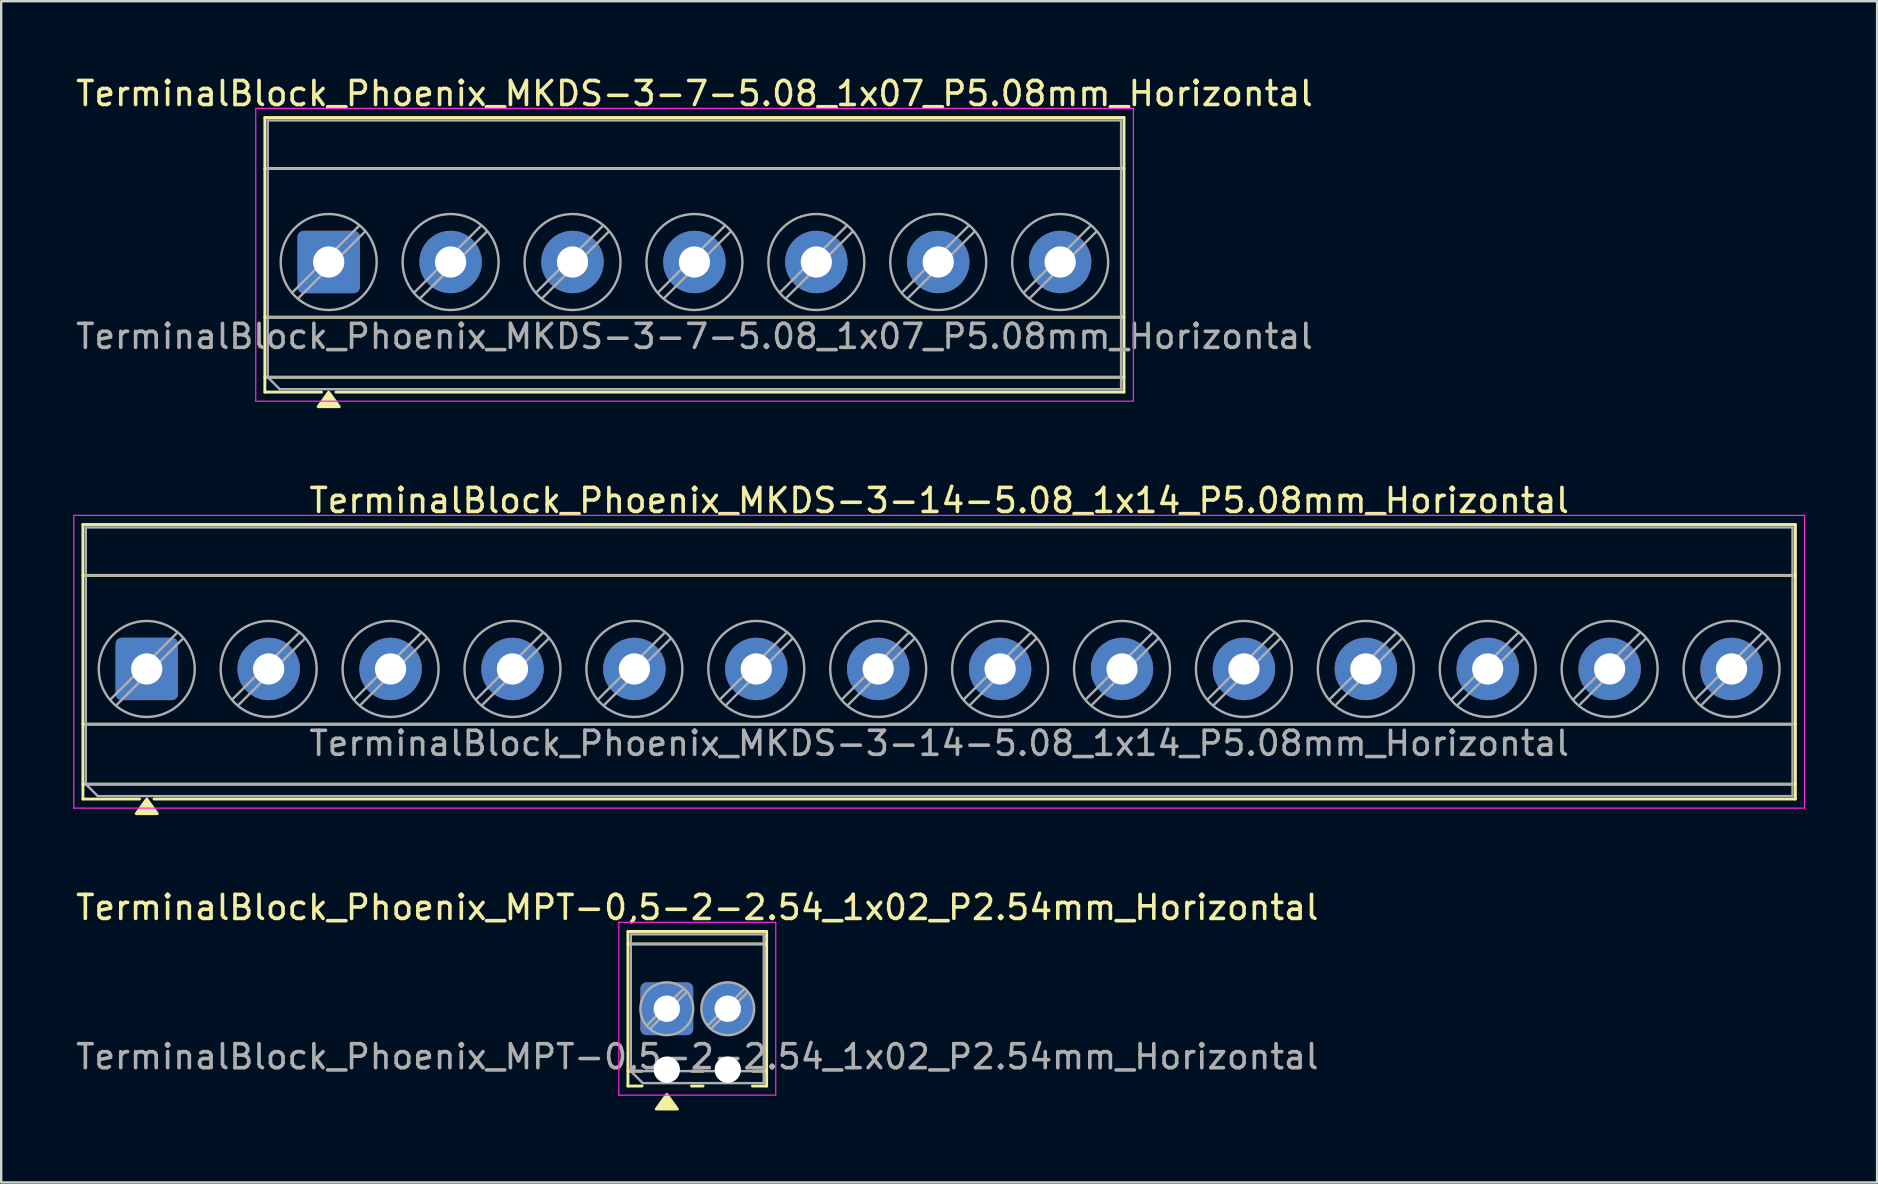
<source format=kicad_pcb>
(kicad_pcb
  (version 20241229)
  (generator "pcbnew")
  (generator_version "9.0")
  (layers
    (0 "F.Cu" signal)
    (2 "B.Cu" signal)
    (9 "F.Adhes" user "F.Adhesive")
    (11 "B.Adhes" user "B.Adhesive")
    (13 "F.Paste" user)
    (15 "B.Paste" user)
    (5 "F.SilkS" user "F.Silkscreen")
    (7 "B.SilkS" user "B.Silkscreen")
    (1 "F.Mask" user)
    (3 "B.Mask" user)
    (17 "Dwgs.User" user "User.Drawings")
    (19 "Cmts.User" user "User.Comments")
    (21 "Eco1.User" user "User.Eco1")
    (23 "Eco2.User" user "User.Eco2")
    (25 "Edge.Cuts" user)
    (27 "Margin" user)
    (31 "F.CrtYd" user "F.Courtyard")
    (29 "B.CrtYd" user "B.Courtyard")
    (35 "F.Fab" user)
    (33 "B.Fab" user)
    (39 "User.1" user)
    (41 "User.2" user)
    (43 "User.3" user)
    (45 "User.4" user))
  (footprint "TerminalBlock_Phoenix_MKDS-3-7-5.08_1x07_P5.08mm_Horizontal"
    (layer "F.Cu")
    (at 10.647 7.868)
    (property "Reference" "TerminalBlock_Phoenix_MKDS-3-7-5.08_1x07_P5.08mm_Horizontal" (at 15.24 -7.02 0) (layer "F.SilkS") (effects (font (size 1 1) (thickness 0.15))))
    (attr through_hole)
    (fp_line (start -2.66 -6.02) (end -2.66 5.42) (stroke (width 0.12) (type solid)) (layer "F.SilkS"))
    (fp_line (start -2.66 -6.02) (end 33.14 -6.02) (stroke (width 0.12) (type solid)) (layer "F.SilkS"))
    (fp_line (start -2.66 -3.9) (end 33.14 -3.9) (stroke (width 0.12) (type solid)) (layer "F.SilkS"))
    (fp_line (start -2.66 2.3) (end 33.14 2.3) (stroke (width 0.12) (type solid)) (layer "F.SilkS"))
    (fp_line (start -2.66 4.8) (end 33.14 4.8) (stroke (width 0.12) (type solid)) (layer "F.SilkS"))
    (fp_line (start -2.66 5.42) (end -0.3 5.42) (stroke (width 0.12) (type solid)) (layer "F.SilkS"))
    (fp_line (start 0.3 5.42) (end 33.14 5.42) (stroke (width 0.12) (type solid)) (layer "F.SilkS"))
    (fp_line (start 33.14 -6.02) (end 33.14 5.42) (stroke (width 0.12) (type solid)) (layer "F.SilkS"))
    (fp_poly (pts (xy 0 5.42) (xy 0.44 6.03) (xy -0.44 6.03)) (stroke (width 0.12) (type solid)) (fill yes) (layer "F.SilkS"))
    (fp_line (start -3.04 -6.4) (end -3.04 5.8) (stroke (width 0.05) (type solid)) (layer "F.CrtYd"))
    (fp_line (start -3.04 5.8) (end 33.53 5.8) (stroke (width 0.05) (type solid)) (layer "F.CrtYd"))
    (fp_line (start 33.53 -6.4) (end -3.04 -6.4) (stroke (width 0.05) (type solid)) (layer "F.CrtYd"))
    (fp_line (start 33.53 5.8) (end 33.53 -6.4) (stroke (width 0.05) (type solid)) (layer "F.CrtYd"))
    (fp_line (start -2.54 -5.9) (end 33.02 -5.9) (stroke (width 0.1) (type solid)) (layer "F.Fab"))
    (fp_line (start -2.54 -3.9) (end 33.02 -3.9) (stroke (width 0.1) (type solid)) (layer "F.Fab"))
    (fp_line (start -2.54 2.3) (end 33.02 2.3) (stroke (width 0.1) (type solid)) (layer "F.Fab"))
    (fp_line (start -2.54 4.8) (end -2.54 -5.9) (stroke (width 0.1) (type solid)) (layer "F.Fab"))
    (fp_line (start -2.54 4.8) (end 33.02 4.8) (stroke (width 0.1) (type solid)) (layer "F.Fab"))
    (fp_line (start -2.04 5.3) (end -2.54 4.8) (stroke (width 0.1) (type solid)) (layer "F.Fab"))
    (fp_line (start 1.273 -1.517) (end -1.517 1.273) (stroke (width 0.1) (type solid)) (layer "F.Fab"))
    (fp_line (start 1.517 -1.273) (end -1.273 1.517) (stroke (width 0.1) (type solid)) (layer "F.Fab"))
    (fp_line (start 6.353 -1.517) (end 3.563 1.273) (stroke (width 0.1) (type solid)) (layer "F.Fab"))
    (fp_line (start 6.597 -1.273) (end 3.807 1.517) (stroke (width 0.1) (type solid)) (layer "F.Fab"))
    (fp_line (start 11.433 -1.517) (end 8.643 1.273) (stroke (width 0.1) (type solid)) (layer "F.Fab"))
    (fp_line (start 11.677 -1.273) (end 8.887 1.517) (stroke (width 0.1) (type solid)) (layer "F.Fab"))
    (fp_line (start 16.513 -1.517) (end 13.723 1.273) (stroke (width 0.1) (type solid)) (layer "F.Fab"))
    (fp_line (start 16.757 -1.273) (end 13.967 1.517) (stroke (width 0.1) (type solid)) (layer "F.Fab"))
    (fp_line (start 21.593 -1.517) (end 18.803 1.273) (stroke (width 0.1) (type solid)) (layer "F.Fab"))
    (fp_line (start 21.837 -1.273) (end 19.047 1.517) (stroke (width 0.1) (type solid)) (layer "F.Fab"))
    (fp_line (start 26.673 -1.517) (end 23.883 1.273) (stroke (width 0.1) (type solid)) (layer "F.Fab"))
    (fp_line (start 26.917 -1.273) (end 24.127 1.517) (stroke (width 0.1) (type solid)) (layer "F.Fab"))
    (fp_line (start 31.753 -1.517) (end 28.963 1.273) (stroke (width 0.1) (type solid)) (layer "F.Fab"))
    (fp_line (start 31.997 -1.273) (end 29.207 1.517) (stroke (width 0.1) (type solid)) (layer "F.Fab"))
    (fp_line (start 33.02 -5.9) (end 33.02 5.3) (stroke (width 0.1) (type solid)) (layer "F.Fab"))
    (fp_line (start 33.02 5.3) (end -2.04 5.3) (stroke (width 0.1) (type solid)) (layer "F.Fab"))
    (fp_circle (center 0 0) (end 2 0) (stroke (width 0.1) (type solid)) (fill no) (layer "F.Fab"))
    (fp_circle (center 5.08 0) (end 7.08 0) (stroke (width 0.1) (type solid)) (fill no) (layer "F.Fab"))
    (fp_circle (center 10.16 0) (end 12.16 0) (stroke (width 0.1) (type solid)) (fill no) (layer "F.Fab"))
    (fp_circle (center 15.24 0) (end 17.24 0) (stroke (width 0.1) (type solid)) (fill no) (layer "F.Fab"))
    (fp_circle (center 20.32 0) (end 22.32 0) (stroke (width 0.1) (type solid)) (fill no) (layer "F.Fab"))
    (fp_circle (center 25.4 0) (end 27.4 0) (stroke (width 0.1) (type solid)) (fill no) (layer "F.Fab"))
    (fp_circle (center 30.48 0) (end 32.48 0) (stroke (width 0.1) (type solid)) (fill no) (layer "F.Fab"))
    (fp_text user "${REFERENCE}" (at 15.24 3.1 0) (layer "F.Fab") (effects (font (size 1 1) (thickness 0.15))))
    (pad "1" thru_hole roundrect (at 0 0) (size 2.6 2.6) (drill 1.3) (layers "*.Cu" "*.Mask") (roundrect_rratio 0.096))
    (pad "2" thru_hole circle (at 5.08 0) (size 2.6 2.6) (drill 1.3) (layers "*.Cu" "*.Mask"))
    (pad "3" thru_hole circle (at 10.16 0) (size 2.6 2.6) (drill 1.3) (layers "*.Cu" "*.Mask"))
    (pad "4" thru_hole circle (at 15.24 0) (size 2.6 2.6) (drill 1.3) (layers "*.Cu" "*.Mask"))
    (pad "5" thru_hole circle (at 20.32 0) (size 2.6 2.6) (drill 1.3) (layers "*.Cu" "*.Mask"))
    (pad "6" thru_hole circle (at 25.4 0) (size 2.6 2.6) (drill 1.3) (layers "*.Cu" "*.Mask"))
    (pad "7" thru_hole circle (at 30.48 0) (size 2.6 2.6) (drill 1.3) (layers "*.Cu" "*.Mask")))
  (footprint "TerminalBlock_Phoenix_MPT-0,5-2-2.54_1x02_P2.54mm_Horizontal"
    (layer "F.Cu")
    (at 24.736 38.985)
    (property "Reference" "TerminalBlock_Phoenix_MPT-0,5-2-2.54_1x02_P2.54mm_Horizontal" (at 1.27 -4.22 0) (layer "F.SilkS") (effects (font (size 1 1) (thickness 0.15))))
    (attr through_hole)
    (fp_line (start -1.62 -3.22) (end -1.62 3.22) (stroke (width 0.12) (type solid)) (layer "F.SilkS"))
    (fp_line (start -1.62 -3.22) (end 4.16 -3.22) (stroke (width 0.12) (type solid)) (layer "F.SilkS"))
    (fp_line (start -1.62 -2.7) (end 4.16 -2.7) (stroke (width 0.12) (type solid)) (layer "F.SilkS"))
    (fp_line (start -1.62 2.6) (end -1.03 2.6) (stroke (width 0.12) (type solid)) (layer "F.SilkS"))
    (fp_line (start -1.62 3.22) (end -1.03 3.22) (stroke (width 0.12) (type solid)) (layer "F.SilkS"))
    (fp_line (start 1.03 2.6) (end 1.51 2.6) (stroke (width 0.12) (type solid)) (layer "F.SilkS"))
    (fp_line (start 1.03 3.22) (end 1.51 3.22) (stroke (width 0.12) (type solid)) (layer "F.SilkS"))
    (fp_line (start 3.57 2.6) (end 4.16 2.6) (stroke (width 0.12) (type solid)) (layer "F.SilkS"))
    (fp_line (start 3.57 3.22) (end 4.16 3.22) (stroke (width 0.12) (type solid)) (layer "F.SilkS"))
    (fp_line (start 4.16 -3.22) (end 4.16 3.22) (stroke (width 0.12) (type solid)) (layer "F.SilkS"))
    (fp_poly (pts (xy 0 3.57) (xy 0.44 4.18) (xy -0.44 4.18)) (stroke (width 0.12) (type solid)) (fill yes) (layer "F.SilkS"))
    (fp_line (start -2 -3.6) (end -2 3.6) (stroke (width 0.05) (type solid)) (layer "F.CrtYd"))
    (fp_line (start -2 3.6) (end 4.54 3.6) (stroke (width 0.05) (type solid)) (layer "F.CrtYd"))
    (fp_line (start 4.54 -3.6) (end -2 -3.6) (stroke (width 0.05) (type solid)) (layer "F.CrtYd"))
    (fp_line (start 4.54 3.6) (end 4.54 -3.6) (stroke (width 0.05) (type solid)) (layer "F.CrtYd"))
    (fp_line (start -1.5 -3.1) (end 4.04 -3.1) (stroke (width 0.1) (type solid)) (layer "F.Fab"))
    (fp_line (start -1.5 -2.7) (end 4.04 -2.7) (stroke (width 0.1) (type solid)) (layer "F.Fab"))
    (fp_line (start -1.5 2.6) (end -1.5 -3.1) (stroke (width 0.1) (type solid)) (layer "F.Fab"))
    (fp_line (start -1.5 2.6) (end 4.04 2.6) (stroke (width 0.1) (type solid)) (layer "F.Fab"))
    (fp_line (start -1 3.1) (end -1.5 2.6) (stroke (width 0.1) (type solid)) (layer "F.Fab"))
    (fp_line (start 0.7 -0.834) (end -0.834 0.7) (stroke (width 0.1) (type solid)) (layer "F.Fab"))
    (fp_line (start 0.834 -0.7) (end -0.7 0.834) (stroke (width 0.1) (type solid)) (layer "F.Fab"))
    (fp_line (start 3.24 -0.834) (end 1.706 0.7) (stroke (width 0.1) (type solid)) (layer "F.Fab"))
    (fp_line (start 3.374 -0.7) (end 1.84 0.834) (stroke (width 0.1) (type solid)) (layer "F.Fab"))
    (fp_line (start 4.04 -3.1) (end 4.04 3.1) (stroke (width 0.1) (type solid)) (layer "F.Fab"))
    (fp_line (start 4.04 3.1) (end -1 3.1) (stroke (width 0.1) (type solid)) (layer "F.Fab"))
    (fp_circle (center 0 0) (end 1.1 0) (stroke (width 0.1) (type solid)) (fill no) (layer "F.Fab"))
    (fp_circle (center 2.54 0) (end 3.64 0) (stroke (width 0.1) (type solid)) (fill no) (layer "F.Fab"))
    (fp_text user "${REFERENCE}" (at 1.27 2 0) (layer "F.Fab") (effects (font (size 1 1) (thickness 0.15))))
    (pad "" np_thru_hole circle (at 0 2.54) (size 1.1 1.1) (drill 1.1) (layers "*.Cu" "*.Mask"))
    (pad "" np_thru_hole circle (at 2.54 2.54) (size 1.1 1.1) (drill 1.1) (layers "*.Cu" "*.Mask"))
    (pad "1" thru_hole roundrect (at 0 0) (size 2.2 2.2) (drill 1.1) (layers "*.Cu" "*.Mask") (roundrect_rratio 0.114))
    (pad "2" thru_hole circle (at 2.54 0) (size 2.2 2.2) (drill 1.1) (layers "*.Cu" "*.Mask")))
  (footprint "TerminalBlock_Phoenix_MKDS-3-14-5.08_1x14_P5.08mm_Horizontal"
    (layer "F.Cu")
    (at 3.065 24.826)
    (property "Reference" "TerminalBlock_Phoenix_MKDS-3-14-5.08_1x14_P5.08mm_Horizontal" (at 33.02 -7.02 0) (layer "F.SilkS") (effects (font (size 1 1) (thickness 0.15))))
    (attr through_hole)
    (fp_line (start -2.66 -6.02) (end -2.66 5.42) (stroke (width 0.12) (type solid)) (layer "F.SilkS"))
    (fp_line (start -2.66 -6.02) (end 68.7 -6.02) (stroke (width 0.12) (type solid)) (layer "F.SilkS"))
    (fp_line (start -2.66 -3.9) (end 68.7 -3.9) (stroke (width 0.12) (type solid)) (layer "F.SilkS"))
    (fp_line (start -2.66 2.3) (end 68.7 2.3) (stroke (width 0.12) (type solid)) (layer "F.SilkS"))
    (fp_line (start -2.66 4.8) (end 68.7 4.8) (stroke (width 0.12) (type solid)) (layer "F.SilkS"))
    (fp_line (start -2.66 5.42) (end -0.3 5.42) (stroke (width 0.12) (type solid)) (layer "F.SilkS"))
    (fp_line (start 0.3 5.42) (end 68.7 5.42) (stroke (width 0.12) (type solid)) (layer "F.SilkS"))
    (fp_line (start 68.7 -6.02) (end 68.7 5.42) (stroke (width 0.12) (type solid)) (layer "F.SilkS"))
    (fp_poly (pts (xy 0 5.42) (xy 0.44 6.03) (xy -0.44 6.03)) (stroke (width 0.12) (type solid)) (fill yes) (layer "F.SilkS"))
    (fp_line (start -3.04 -6.4) (end -3.04 5.8) (stroke (width 0.05) (type solid)) (layer "F.CrtYd"))
    (fp_line (start -3.04 5.8) (end 69.08 5.8) (stroke (width 0.05) (type solid)) (layer "F.CrtYd"))
    (fp_line (start 69.08 -6.4) (end -3.04 -6.4) (stroke (width 0.05) (type solid)) (layer "F.CrtYd"))
    (fp_line (start 69.08 5.8) (end 69.08 -6.4) (stroke (width 0.05) (type solid)) (layer "F.CrtYd"))
    (fp_line (start -2.54 -5.9) (end 68.58 -5.9) (stroke (width 0.1) (type solid)) (layer "F.Fab"))
    (fp_line (start -2.54 -3.9) (end 68.58 -3.9) (stroke (width 0.1) (type solid)) (layer "F.Fab"))
    (fp_line (start -2.54 2.3) (end 68.58 2.3) (stroke (width 0.1) (type solid)) (layer "F.Fab"))
    (fp_line (start -2.54 4.8) (end -2.54 -5.9) (stroke (width 0.1) (type solid)) (layer "F.Fab"))
    (fp_line (start -2.54 4.8) (end 68.58 4.8) (stroke (width 0.1) (type solid)) (layer "F.Fab"))
    (fp_line (start -2.04 5.3) (end -2.54 4.8) (stroke (width 0.1) (type solid)) (layer "F.Fab"))
    (fp_line (start 1.273 -1.517) (end -1.517 1.273) (stroke (width 0.1) (type solid)) (layer "F.Fab"))
    (fp_line (start 1.517 -1.273) (end -1.273 1.517) (stroke (width 0.1) (type solid)) (layer "F.Fab"))
    (fp_line (start 6.353 -1.517) (end 3.563 1.273) (stroke (width 0.1) (type solid)) (layer "F.Fab"))
    (fp_line (start 6.597 -1.273) (end 3.807 1.517) (stroke (width 0.1) (type solid)) (layer "F.Fab"))
    (fp_line (start 11.433 -1.517) (end 8.643 1.273) (stroke (width 0.1) (type solid)) (layer "F.Fab"))
    (fp_line (start 11.677 -1.273) (end 8.887 1.517) (stroke (width 0.1) (type solid)) (layer "F.Fab"))
    (fp_line (start 16.513 -1.517) (end 13.723 1.273) (stroke (width 0.1) (type solid)) (layer "F.Fab"))
    (fp_line (start 16.757 -1.273) (end 13.967 1.517) (stroke (width 0.1) (type solid)) (layer "F.Fab"))
    (fp_line (start 21.593 -1.517) (end 18.803 1.273) (stroke (width 0.1) (type solid)) (layer "F.Fab"))
    (fp_line (start 21.837 -1.273) (end 19.047 1.517) (stroke (width 0.1) (type solid)) (layer "F.Fab"))
    (fp_line (start 26.673 -1.517) (end 23.883 1.273) (stroke (width 0.1) (type solid)) (layer "F.Fab"))
    (fp_line (start 26.917 -1.273) (end 24.127 1.517) (stroke (width 0.1) (type solid)) (layer "F.Fab"))
    (fp_line (start 31.753 -1.517) (end 28.963 1.273) (stroke (width 0.1) (type solid)) (layer "F.Fab"))
    (fp_line (start 31.997 -1.273) (end 29.207 1.517) (stroke (width 0.1) (type solid)) (layer "F.Fab"))
    (fp_line (start 36.833 -1.517) (end 34.043 1.273) (stroke (width 0.1) (type solid)) (layer "F.Fab"))
    (fp_line (start 37.077 -1.273) (end 34.287 1.517) (stroke (width 0.1) (type solid)) (layer "F.Fab"))
    (fp_line (start 41.913 -1.517) (end 39.123 1.273) (stroke (width 0.1) (type solid)) (layer "F.Fab"))
    (fp_line (start 42.157 -1.273) (end 39.367 1.517) (stroke (width 0.1) (type solid)) (layer "F.Fab"))
    (fp_line (start 46.993 -1.517) (end 44.203 1.273) (stroke (width 0.1) (type solid)) (layer "F.Fab"))
    (fp_line (start 47.237 -1.273) (end 44.447 1.517) (stroke (width 0.1) (type solid)) (layer "F.Fab"))
    (fp_line (start 52.073 -1.517) (end 49.283 1.273) (stroke (width 0.1) (type solid)) (layer "F.Fab"))
    (fp_line (start 52.317 -1.273) (end 49.527 1.517) (stroke (width 0.1) (type solid)) (layer "F.Fab"))
    (fp_line (start 57.153 -1.517) (end 54.363 1.273) (stroke (width 0.1) (type solid)) (layer "F.Fab"))
    (fp_line (start 57.397 -1.273) (end 54.607 1.517) (stroke (width 0.1) (type solid)) (layer "F.Fab"))
    (fp_line (start 62.233 -1.517) (end 59.443 1.273) (stroke (width 0.1) (type solid)) (layer "F.Fab"))
    (fp_line (start 62.477 -1.273) (end 59.687 1.517) (stroke (width 0.1) (type solid)) (layer "F.Fab"))
    (fp_line (start 67.313 -1.517) (end 64.523 1.273) (stroke (width 0.1) (type solid)) (layer "F.Fab"))
    (fp_line (start 67.557 -1.273) (end 64.767 1.517) (stroke (width 0.1) (type solid)) (layer "F.Fab"))
    (fp_line (start 68.58 -5.9) (end 68.58 5.3) (stroke (width 0.1) (type solid)) (layer "F.Fab"))
    (fp_line (start 68.58 5.3) (end -2.04 5.3) (stroke (width 0.1) (type solid)) (layer "F.Fab"))
    (fp_circle (center 0 0) (end 2 0) (stroke (width 0.1) (type solid)) (fill no) (layer "F.Fab"))
    (fp_circle (center 5.08 0) (end 7.08 0) (stroke (width 0.1) (type solid)) (fill no) (layer "F.Fab"))
    (fp_circle (center 10.16 0) (end 12.16 0) (stroke (width 0.1) (type solid)) (fill no) (layer "F.Fab"))
    (fp_circle (center 15.24 0) (end 17.24 0) (stroke (width 0.1) (type solid)) (fill no) (layer "F.Fab"))
    (fp_circle (center 20.32 0) (end 22.32 0) (stroke (width 0.1) (type solid)) (fill no) (layer "F.Fab"))
    (fp_circle (center 25.4 0) (end 27.4 0) (stroke (width 0.1) (type solid)) (fill no) (layer "F.Fab"))
    (fp_circle (center 30.48 0) (end 32.48 0) (stroke (width 0.1) (type solid)) (fill no) (layer "F.Fab"))
    (fp_circle (center 35.56 0) (end 37.56 0) (stroke (width 0.1) (type solid)) (fill no) (layer "F.Fab"))
    (fp_circle (center 40.64 0) (end 42.64 0) (stroke (width 0.1) (type solid)) (fill no) (layer "F.Fab"))
    (fp_circle (center 45.72 0) (end 47.72 0) (stroke (width 0.1) (type solid)) (fill no) (layer "F.Fab"))
    (fp_circle (center 50.8 0) (end 52.8 0) (stroke (width 0.1) (type solid)) (fill no) (layer "F.Fab"))
    (fp_circle (center 55.88 0) (end 57.88 0) (stroke (width 0.1) (type solid)) (fill no) (layer "F.Fab"))
    (fp_circle (center 60.96 0) (end 62.96 0) (stroke (width 0.1) (type solid)) (fill no) (layer "F.Fab"))
    (fp_circle (center 66.04 0) (end 68.04 0) (stroke (width 0.1) (type solid)) (fill no) (layer "F.Fab"))
    (fp_text user "${REFERENCE}" (at 33.02 3.1 0) (layer "F.Fab") (effects (font (size 1 1) (thickness 0.15))))
    (pad "1" thru_hole roundrect (at 0 0) (size 2.6 2.6) (drill 1.3) (layers "*.Cu" "*.Mask") (roundrect_rratio 0.096))
    (pad "2" thru_hole circle (at 5.08 0) (size 2.6 2.6) (drill 1.3) (layers "*.Cu" "*.Mask"))
    (pad "3" thru_hole circle (at 10.16 0) (size 2.6 2.6) (drill 1.3) (layers "*.Cu" "*.Mask"))
    (pad "4" thru_hole circle (at 15.24 0) (size 2.6 2.6) (drill 1.3) (layers "*.Cu" "*.Mask"))
    (pad "5" thru_hole circle (at 20.32 0) (size 2.6 2.6) (drill 1.3) (layers "*.Cu" "*.Mask"))
    (pad "6" thru_hole circle (at 25.4 0) (size 2.6 2.6) (drill 1.3) (layers "*.Cu" "*.Mask"))
    (pad "7" thru_hole circle (at 30.48 0) (size 2.6 2.6) (drill 1.3) (layers "*.Cu" "*.Mask"))
    (pad "8" thru_hole circle (at 35.56 0) (size 2.6 2.6) (drill 1.3) (layers "*.Cu" "*.Mask"))
    (pad "9" thru_hole circle (at 40.64 0) (size 2.6 2.6) (drill 1.3) (layers "*.Cu" "*.Mask"))
    (pad "10" thru_hole circle (at 45.72 0) (size 2.6 2.6) (drill 1.3) (layers "*.Cu" "*.Mask"))
    (pad "11" thru_hole circle (at 50.8 0) (size 2.6 2.6) (drill 1.3) (layers "*.Cu" "*.Mask"))
    (pad "12" thru_hole circle (at 55.88 0) (size 2.6 2.6) (drill 1.3) (layers "*.Cu" "*.Mask"))
    (pad "13" thru_hole circle (at 60.96 0) (size 2.6 2.6) (drill 1.3) (layers "*.Cu" "*.Mask"))
    (pad "14" thru_hole circle (at 66.04 0) (size 2.6 2.6) (drill 1.3) (layers "*.Cu" "*.Mask")))
  (gr_rect
    (start -3 -3)
    (end 75.17 46.225)
    (stroke (width 0.1) (type default))
    (fill no)
    (layer "Edge.Cuts")))
</source>
